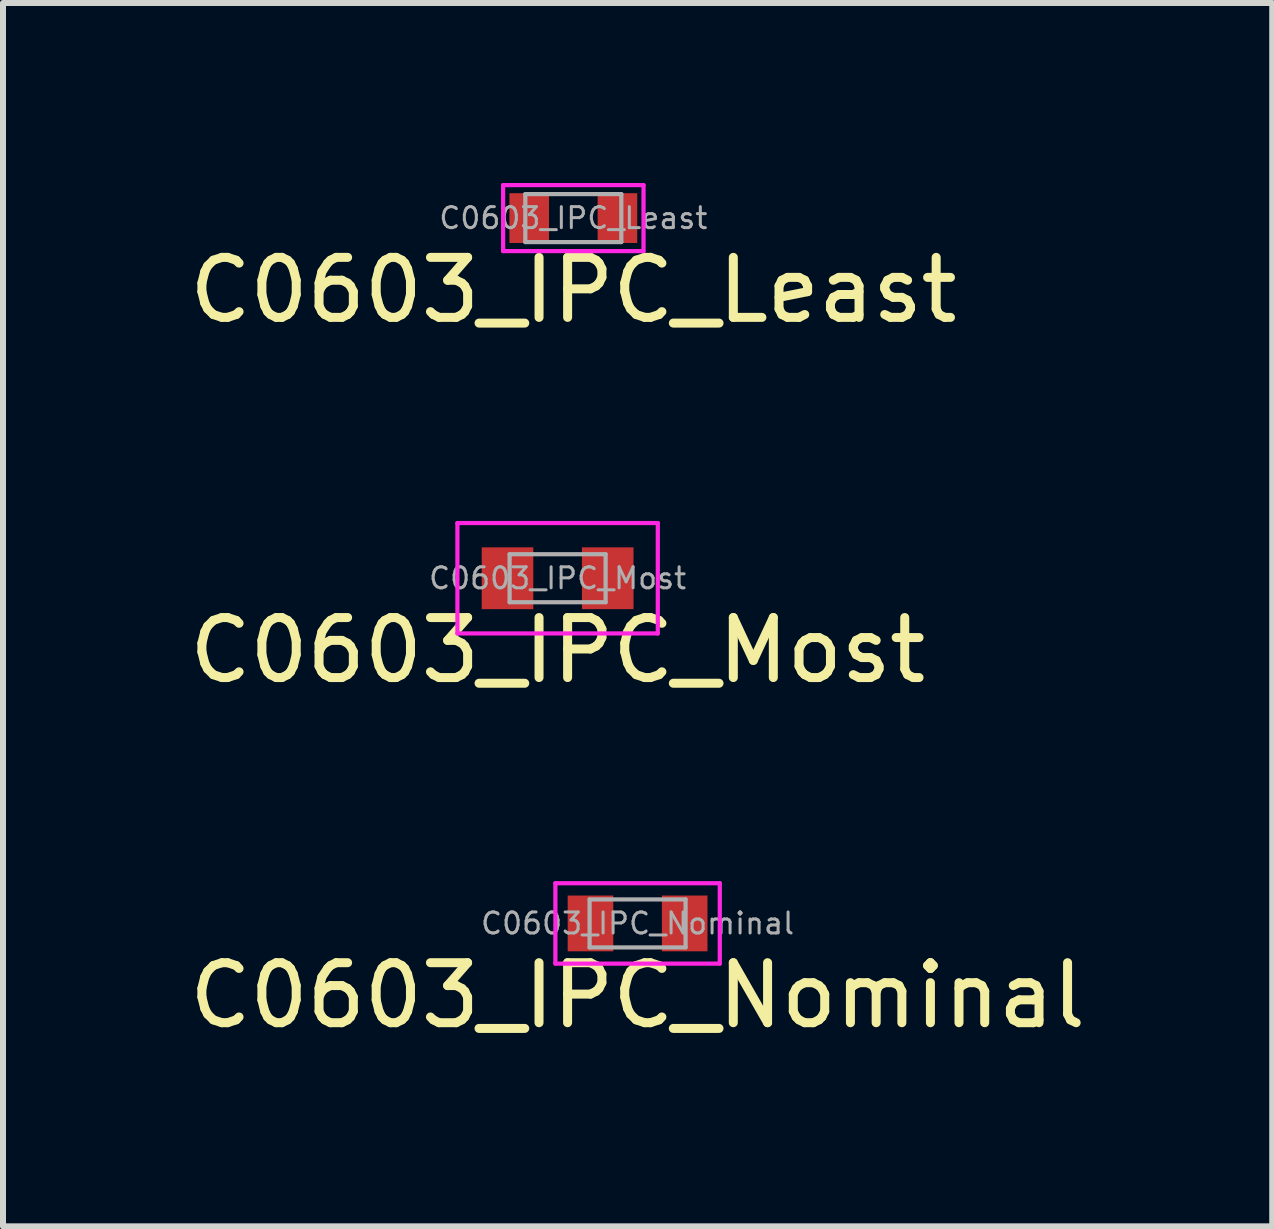
<source format=kicad_pcb>
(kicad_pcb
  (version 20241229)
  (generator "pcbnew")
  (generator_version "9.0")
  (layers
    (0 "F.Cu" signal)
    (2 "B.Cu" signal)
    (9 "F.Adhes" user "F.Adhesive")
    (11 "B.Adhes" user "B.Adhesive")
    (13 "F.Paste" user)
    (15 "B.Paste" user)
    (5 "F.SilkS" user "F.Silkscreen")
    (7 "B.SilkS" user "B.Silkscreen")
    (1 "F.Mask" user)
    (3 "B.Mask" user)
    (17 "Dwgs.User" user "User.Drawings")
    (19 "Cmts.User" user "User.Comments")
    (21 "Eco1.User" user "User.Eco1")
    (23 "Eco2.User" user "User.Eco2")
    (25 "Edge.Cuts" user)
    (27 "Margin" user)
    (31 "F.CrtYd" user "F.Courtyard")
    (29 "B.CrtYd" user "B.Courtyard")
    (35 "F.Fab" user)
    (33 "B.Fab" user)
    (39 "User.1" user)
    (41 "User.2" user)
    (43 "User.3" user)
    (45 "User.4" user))
  (footprint "C0603_IPC_Least"
    (layer "F.Cu")
    (at 6.506 0.585)
    (property "Reference" "C0603_IPC_Least" (at 0 1.2 0) (layer "F.SilkS") (effects (font (size 1 1) (thickness 0.15))))
    (attr through_hole)
    (fp_line (start -1.17 -0.55) (end 1.17 -0.55) (stroke (width 0.07) (type solid)) (layer "F.CrtYd"))
    (fp_line (start -1.17 0.55) (end -1.17 -0.55) (stroke (width 0.07) (type solid)) (layer "F.CrtYd"))
    (fp_line (start 1.17 -0.55) (end 1.17 0.55) (stroke (width 0.07) (type solid)) (layer "F.CrtYd"))
    (fp_line (start 1.17 0.55) (end -1.17 0.55) (stroke (width 0.07) (type solid)) (layer "F.CrtYd"))
    (fp_line (start -0.8 -0.4) (end 0.8 -0.4) (stroke (width 0.07) (type solid)) (layer "F.Fab"))
    (fp_line (start -0.8 0.4) (end -0.8 -0.4) (stroke (width 0.07) (type solid)) (layer "F.Fab"))
    (fp_line (start 0.8 -0.4) (end 0.8 0.4) (stroke (width 0.07) (type solid)) (layer "F.Fab"))
    (fp_line (start 0.8 0.4) (end -0.8 0.4) (stroke (width 0.07) (type solid)) (layer "F.Fab"))
    (fp_text user "${REFERENCE}" (at 0 0 0) (layer "F.Fab") (effects (font (size 0.35 0.35) (thickness 0.05))))
    (pad "1" smd rect (at -0.735 0) (size 0.66 0.83) (layers "F.Cu" "F.Mask" "F.Paste"))
    (pad "2" smd rect (at 0.735 0) (size 0.66 0.83) (layers "F.Cu" "F.Mask" "F.Paste")))
  (footprint "C0603_IPC_Most"
    (layer "F.Cu")
    (at 6.244 6.588)
    (property "Reference" "C0603_IPC_Most" (at 0 1.2 0) (layer "F.SilkS") (effects (font (size 1 1) (thickness 0.15))))
    (attr through_hole)
    (fp_line (start -1.67 -0.92) (end 1.67 -0.92) (stroke (width 0.07) (type solid)) (layer "F.CrtYd"))
    (fp_line (start -1.67 0.92) (end -1.67 -0.92) (stroke (width 0.07) (type solid)) (layer "F.CrtYd"))
    (fp_line (start 1.67 -0.92) (end 1.67 0.92) (stroke (width 0.07) (type solid)) (layer "F.CrtYd"))
    (fp_line (start 1.67 0.92) (end -1.67 0.92) (stroke (width 0.07) (type solid)) (layer "F.CrtYd"))
    (fp_line (start -0.8 -0.4) (end 0.8 -0.4) (stroke (width 0.07) (type solid)) (layer "F.Fab"))
    (fp_line (start -0.8 0.4) (end -0.8 -0.4) (stroke (width 0.07) (type solid)) (layer "F.Fab"))
    (fp_line (start 0.8 -0.4) (end 0.8 0.4) (stroke (width 0.07) (type solid)) (layer "F.Fab"))
    (fp_line (start 0.8 0.4) (end -0.8 0.4) (stroke (width 0.07) (type solid)) (layer "F.Fab"))
    (fp_text user "${REFERENCE}" (at 0 0 0) (layer "F.Fab") (effects (font (size 0.35 0.35) (thickness 0.05))))
    (pad "1" smd rect (at -0.835 0) (size 0.86 1.03) (layers "F.Cu" "F.Mask" "F.Paste"))
    (pad "2" smd rect (at 0.835 0) (size 0.86 1.03) (layers "F.Cu" "F.Mask" "F.Paste")))
  (footprint "C0603_IPC_Nominal"
    (layer "F.Cu")
    (at 7.577 12.341)
    (property "Reference" "C0603_IPC_Nominal" (at 0 1.2 0) (layer "F.SilkS") (effects (font (size 1 1) (thickness 0.15))))
    (attr through_hole)
    (fp_line (start -1.37 -0.67) (end 1.37 -0.67) (stroke (width 0.07) (type solid)) (layer "F.CrtYd"))
    (fp_line (start -1.37 0.67) (end -1.37 -0.67) (stroke (width 0.07) (type solid)) (layer "F.CrtYd"))
    (fp_line (start 1.37 -0.67) (end 1.37 0.67) (stroke (width 0.07) (type solid)) (layer "F.CrtYd"))
    (fp_line (start 1.37 0.67) (end -1.37 0.67) (stroke (width 0.07) (type solid)) (layer "F.CrtYd"))
    (fp_line (start -0.8 -0.4) (end 0.8 -0.4) (stroke (width 0.07) (type solid)) (layer "F.Fab"))
    (fp_line (start -0.8 0.4) (end -0.8 -0.4) (stroke (width 0.07) (type solid)) (layer "F.Fab"))
    (fp_line (start 0.8 -0.4) (end 0.8 0.4) (stroke (width 0.07) (type solid)) (layer "F.Fab"))
    (fp_line (start 0.8 0.4) (end -0.8 0.4) (stroke (width 0.07) (type solid)) (layer "F.Fab"))
    (fp_text user "${REFERENCE}" (at 0 0 0) (layer "F.Fab") (effects (font (size 0.35 0.35) (thickness 0.05))))
    (pad "1" smd rect (at -0.785 0) (size 0.76 0.93) (layers "F.Cu" "F.Mask" "F.Paste"))
    (pad "2" smd rect (at 0.785 0) (size 0.76 0.93) (layers "F.Cu" "F.Mask" "F.Paste")))
  (gr_rect
    (start -3 -3)
    (end 18.155 17.39)
    (stroke (width 0.1) (type default))
    (fill no)
    (layer "Edge.Cuts")))
</source>
